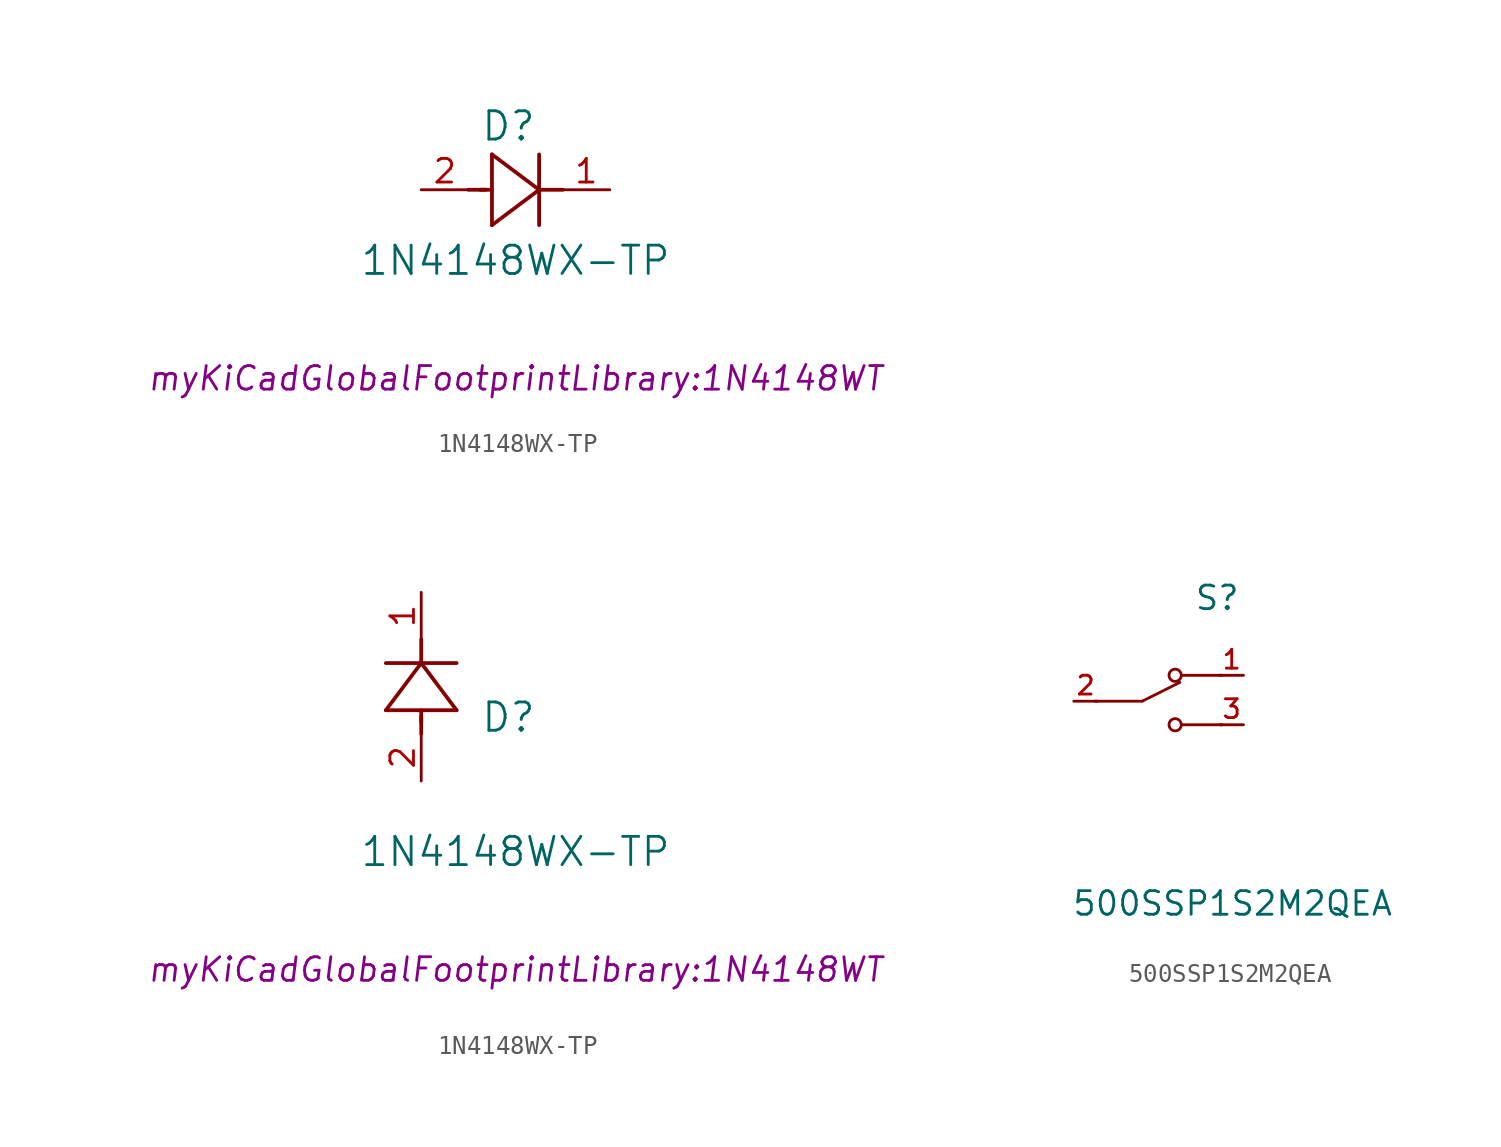
<source format=kicad_sym>
(kicad_symbol_lib
  (version 20211014)
  (generator kicad_symbol_editor)
  (symbol "1N4148WX-TP"
    (pin_names
      (offset 0.254))
    (property "Reference" "D"
      (at 4.699 3.429 0)
      (effects (font (size 1.524 1.524))))
    (property "Value" "1N4148WX-TP"
      (at 5.08 -3.81 0)
      (effects (font (size 1.524 1.524))))
    (property "Footprint" "myKiCadGlobalFootprintLibrary:1N4148WT"
      (at 5.08 -10.16 0)
      (effects (font (size 1.27 1.27) italic)))
    (symbol "1N4148WX-TP_1_1"
      (polyline (pts (xy 2.54 0) (xy 3.48 0)) (stroke (width 0.203) (type default) (color 0 0 0 0)) (fill (type none)))
      (polyline (pts (xy 3.175 0) (xy 3.81 0)) (stroke (width 0.203) (type default) (color 0 0 0 0)) (fill (type none)))
      (polyline (pts (xy 3.81 -1.905) (xy 6.35 0)) (stroke (width 0.203) (type default) (color 0 0 0 0)) (fill (type none)))
      (polyline (pts (xy 3.81 1.905) (xy 3.81 -1.905)) (stroke (width 0.203) (type default) (color 0 0 0 0)) (fill (type none)))
      (polyline (pts (xy 6.35 -1.905) (xy 6.35 1.905)) (stroke (width 0.203) (type default) (color 0 0 0 0)) (fill (type none)))
      (polyline (pts (xy 6.35 0) (xy 3.81 1.905)) (stroke (width 0.203) (type default) (color 0 0 0 0)) (fill (type none)))
      (polyline (pts (xy 6.35 0) (xy 7.62 0)) (stroke (width 0.203) (type default) (color 0 0 0 0)) (fill (type none)))
      (pin unspecified line (at 10.16 0 180) (length 2.54) (name "" (effects (font (size 1.27 1.27)))) (number "1" (effects (font (size 1.27 1.27)))))
      (pin unspecified line (at 0 0 0) (length 2.54) (name "" (effects (font (size 1.27 1.27)))) (number "2" (effects (font (size 1.27 1.27))))))
    (symbol "1N4148WX-TP_1_2"
      (polyline (pts (xy -1.905 3.81) (xy 1.905 3.81)) (stroke (width 0.203) (type default) (color 0 0 0 0)) (fill (type none)))
      (polyline (pts (xy 0 2.54) (xy 0 3.48)) (stroke (width 0.203) (type default) (color 0 0 0 0)) (fill (type none)))
      (polyline (pts (xy 0 3.175) (xy 0 3.81)) (stroke (width 0.203) (type default) (color 0 0 0 0)) (fill (type none)))
      (polyline (pts (xy 0 6.35) (xy -1.905 3.81)) (stroke (width 0.203) (type default) (color 0 0 0 0)) (fill (type none)))
      (polyline (pts (xy 0 6.35) (xy 0 7.62)) (stroke (width 0.203) (type default) (color 0 0 0 0)) (fill (type none)))
      (polyline (pts (xy 1.905 3.81) (xy 0 6.35)) (stroke (width 0.203) (type default) (color 0 0 0 0)) (fill (type none)))
      (polyline (pts (xy 1.905 6.35) (xy -1.905 6.35)) (stroke (width 0.203) (type default) (color 0 0 0 0)) (fill (type none)))
      (pin unspecified line (at 0 10.16 270) (length 2.54) (name "" (effects (font (size 1.27 1.27)))) (number "1" (effects (font (size 1.27 1.27)))))
      (pin unspecified line (at 0 0 90) (length 2.54) (name "" (effects (font (size 1.27 1.27)))) (number "2" (effects (font (size 1.27 1.27)))))))
  (symbol "500SSP1S2M2QEA"
    (pin_names
      (offset 1.016))
    (property "Reference" "S"
      (at 0.254 4.826 0)
      (effects (font (size 1.27 1.27)) (justify left bottom)))
    (property "Value" "500SSP1S2M2QEA"
      (at -6.35 -10.16 0)
      (effects (font (size 1.27 1.27)) (justify left top)))
    (symbol "500SSP1S2M2QEA_0_0"
      (circle (center -0.762 -1.27) (radius 0.33) (stroke (width 0.152) (type default) (color 0 0 0 0)) (fill (type none)))
      (circle (center -0.762 1.397) (radius 0.33) (stroke (width 0.152) (type default) (color 0 0 0 0)) (fill (type none)))
      (polyline (pts (xy -2.54 0) (xy -5.08 0)) (stroke (width 0.152) (type default) (color 0 0 0 0)) (fill (type none)))
      (polyline (pts (xy -2.54 0) (xy -0.508 1.016)) (stroke (width 0.152) (type default) (color 0 0 0 0)) (fill (type none)))
      (polyline (pts (xy 1.778 -1.27) (xy -0.381 -1.27)) (stroke (width 0.152) (type default) (color 0 0 0 0)) (fill (type none)))
      (polyline (pts (xy 1.778 1.397) (xy -0.381 1.397)) (stroke (width 0.152) (type default) (color 0 0 0 0)) (fill (type none)))
      (pin passive line (at 2.921 1.397 180) (length 1.27) (name "~" (effects (font (size 1.016 1.016)))) (number "1" (effects (font (size 1.016 1.016)))))
      (pin passive line (at -6.223 0 0) (length 1.27) (name "~" (effects (font (size 1.016 1.016)))) (number "2" (effects (font (size 1.016 1.016)))))
      (pin passive line (at 2.921 -1.27 180) (length 1.27) (name "~" (effects (font (size 1.016 1.016)))) (number "3" (effects (font (size 1.016 1.016))))))))
</source>
